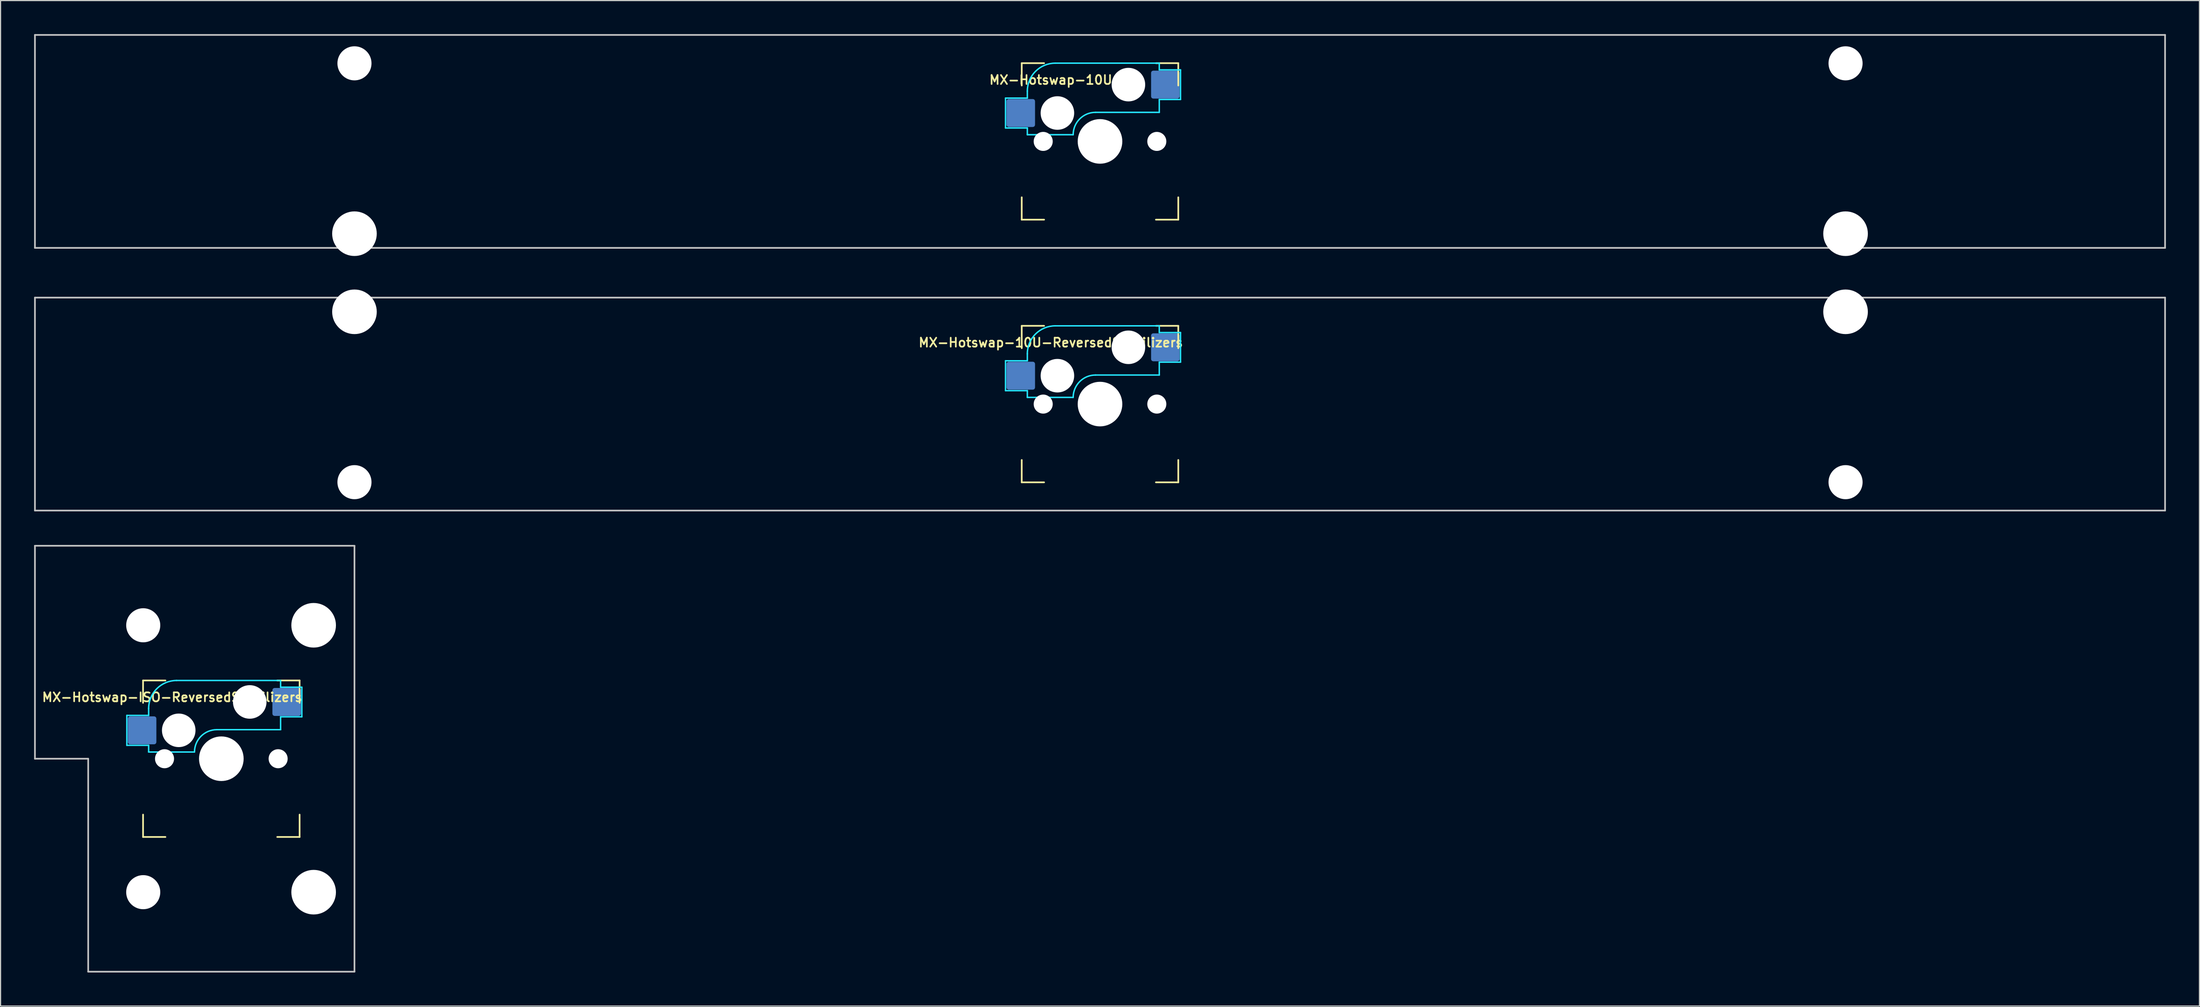
<source format=kicad_pcb>
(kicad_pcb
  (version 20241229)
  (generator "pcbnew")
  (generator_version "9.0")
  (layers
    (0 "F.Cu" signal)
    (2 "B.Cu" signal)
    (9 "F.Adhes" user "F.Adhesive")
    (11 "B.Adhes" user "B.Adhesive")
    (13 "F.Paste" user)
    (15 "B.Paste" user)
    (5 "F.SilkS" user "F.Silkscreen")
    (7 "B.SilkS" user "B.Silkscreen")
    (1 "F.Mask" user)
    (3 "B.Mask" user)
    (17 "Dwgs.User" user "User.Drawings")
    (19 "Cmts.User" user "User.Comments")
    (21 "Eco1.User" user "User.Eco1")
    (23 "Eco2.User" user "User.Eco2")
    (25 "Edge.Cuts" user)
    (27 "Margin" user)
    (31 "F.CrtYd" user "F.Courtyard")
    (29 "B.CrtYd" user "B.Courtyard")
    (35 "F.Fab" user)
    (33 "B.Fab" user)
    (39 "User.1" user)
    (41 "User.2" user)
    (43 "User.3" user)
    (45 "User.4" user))
  (footprint "MX-Hotswap-ISO-ReversedStabilizers"
    (layer "F.Cu")
    (at 16.744 64.823)
    (property "Reference" "MX-Hotswap-ISO-ReversedStabilizers" (at -4.4 -5.5 0) (layer "F.SilkS") (effects (font (size 0.8 0.8) (thickness 0.15))))
    (attr smd)
    (fp_line (start -7 -7) (end -7 -5) (stroke (width 0.15) (type solid)) (layer "F.SilkS"))
    (fp_line (start -7 5) (end -7 7) (stroke (width 0.15) (type solid)) (layer "F.SilkS"))
    (fp_line (start -7 7) (end -5 7) (stroke (width 0.15) (type solid)) (layer "F.SilkS"))
    (fp_line (start -5 -7) (end -7 -7) (stroke (width 0.15) (type solid)) (layer "F.SilkS"))
    (fp_line (start 5 -7) (end 7 -7) (stroke (width 0.15) (type solid)) (layer "F.SilkS"))
    (fp_line (start 5 7) (end 7 7) (stroke (width 0.15) (type solid)) (layer "F.SilkS"))
    (fp_line (start 7 -7) (end 7 -5) (stroke (width 0.15) (type solid)) (layer "F.SilkS"))
    (fp_line (start 7 7) (end 7 5) (stroke (width 0.15) (type solid)) (layer "F.SilkS"))
    (fp_line (start -16.669 -19.05) (end -16.669 0) (stroke (width 0.15) (type solid)) (layer "Dwgs.User"))
    (fp_line (start -16.669 -19.05) (end 11.906 -19.05) (stroke (width 0.15) (type solid)) (layer "Dwgs.User"))
    (fp_line (start -11.906 0) (end -16.669 0) (stroke (width 0.15) (type solid)) (layer "Dwgs.User"))
    (fp_line (start -11.906 19.05) (end -11.906 0) (stroke (width 0.15) (type solid)) (layer "Dwgs.User"))
    (fp_line (start -11.906 19.05) (end 11.906 19.05) (stroke (width 0.15) (type solid)) (layer "Dwgs.User"))
    (fp_line (start 11.906 -19.05) (end 11.906 19.05) (stroke (width 0.15) (type solid)) (layer "Dwgs.User"))
    (fp_line (start -8.45 -3.875) (end -8.45 -1.2) (stroke (width 0.127) (type solid)) (layer "B.CrtYd"))
    (fp_line (start -8.45 -1.2) (end -6.5 -1.2) (stroke (width 0.127) (type solid)) (layer "B.CrtYd"))
    (fp_line (start -6.5 -4.5) (end -6.5 -3.875) (stroke (width 0.127) (type solid)) (layer "B.CrtYd"))
    (fp_line (start -6.5 -3.875) (end -8.45 -3.875) (stroke (width 0.127) (type solid)) (layer "B.CrtYd"))
    (fp_line (start -6.5 -0.6) (end -6.5 -1.2) (stroke (width 0.127) (type solid)) (layer "B.CrtYd"))
    (fp_line (start -6.5 -0.6) (end -2.4 -0.6) (stroke (width 0.127) (type solid)) (layer "B.CrtYd"))
    (fp_line (start -0.4 -2.6) (end 5.3 -2.6) (stroke (width 0.127) (type solid)) (layer "B.CrtYd"))
    (fp_line (start 5.3 -7) (end -4 -7) (stroke (width 0.127) (type solid)) (layer "B.CrtYd"))
    (fp_line (start 5.3 -7) (end 5.3 -6.4) (stroke (width 0.127) (type solid)) (layer "B.CrtYd"))
    (fp_line (start 5.3 -6.4) (end 7.2 -6.4) (stroke (width 0.127) (type solid)) (layer "B.CrtYd"))
    (fp_line (start 5.3 -2.6) (end 5.3 -3.75) (stroke (width 0.127) (type solid)) (layer "B.CrtYd"))
    (fp_line (start 7.2 -6.4) (end 7.2 -3.75) (stroke (width 0.127) (type solid)) (layer "B.CrtYd"))
    (fp_line (start 7.2 -3.75) (end 5.3 -3.75) (stroke (width 0.127) (type solid)) (layer "B.CrtYd"))
    (fp_arc (start -6.5 -4.5) (mid -5.767767 -6.267767) (end -4 -7) (stroke (width 0.127) (type solid)) (layer "B.CrtYd"))
    (fp_arc (start -2.4 -0.6) (mid -1.814214 -2.014214) (end -0.4 -2.6) (stroke (width 0.127) (type solid)) (layer "B.CrtYd"))
    (pad "" np_thru_hole circle (at -6.985 -11.938) (size 3.048 3.048) (drill 3.048) (layers "*.Cu" "*.Mask"))
    (pad "" np_thru_hole circle (at -6.985 11.938) (size 3.048 3.048) (drill 3.048) (layers "*.Cu" "*.Mask"))
    (pad "" np_thru_hole circle (at -5.08 0 48.099) (size 1.702 1.702) (drill 1.702) (layers "*.Cu" "*.Mask"))
    (pad "" np_thru_hole circle (at -3.81 -2.54) (size 3 3) (drill 3) (layers "*.Cu" "*.Mask"))
    (pad "" np_thru_hole circle (at 0 0) (size 3.988 3.988) (drill 3.988) (layers "*.Cu" "*.Mask"))
    (pad "" np_thru_hole circle (at 2.54 -5.08) (size 3 3) (drill 3) (layers "*.Cu" "*.Mask"))
    (pad "" np_thru_hole circle (at 5.08 0 48.099) (size 1.702 1.702) (drill 1.702) (layers "*.Cu" "*.Mask"))
    (pad "" np_thru_hole circle (at 8.255 -11.938) (size 3.988 3.988) (drill 3.988) (layers "*.Cu" "*.Mask"))
    (pad "" np_thru_hole circle (at 8.255 11.938) (size 3.988 3.988) (drill 3.988) (layers "*.Cu" "*.Mask"))
    (pad "1" smd roundrect (at -7.085 -2.54) (size 2.55 2.5) (layers "B.Cu" "B.Mask" "B.Paste") (roundrect_rratio 0.08))
    (pad "2" smd roundrect (at 5.842 -5.08) (size 2.55 2.5) (layers "B.Cu" "B.Mask" "B.Paste") (roundrect_rratio 0.08)))
  (footprint "MX-Hotswap-10U"
    (layer "F.Cu")
    (at 95.325 9.6)
    (property "Reference" "MX-Hotswap-10U" (at -4.4 -5.5 0) (layer "F.SilkS") (effects (font (size 0.8 0.8) (thickness 0.15))))
    (attr smd)
    (fp_line (start -7 -7) (end -7 -5) (stroke (width 0.15) (type solid)) (layer "F.SilkS"))
    (fp_line (start -7 5) (end -7 7) (stroke (width 0.15) (type solid)) (layer "F.SilkS"))
    (fp_line (start -7 7) (end -5 7) (stroke (width 0.15) (type solid)) (layer "F.SilkS"))
    (fp_line (start -5 -7) (end -7 -7) (stroke (width 0.15) (type solid)) (layer "F.SilkS"))
    (fp_line (start 5 -7) (end 7 -7) (stroke (width 0.15) (type solid)) (layer "F.SilkS"))
    (fp_line (start 5 7) (end 7 7) (stroke (width 0.15) (type solid)) (layer "F.SilkS"))
    (fp_line (start 7 -7) (end 7 -5) (stroke (width 0.15) (type solid)) (layer "F.SilkS"))
    (fp_line (start 7 7) (end 7 5) (stroke (width 0.15) (type solid)) (layer "F.SilkS"))
    (fp_line (start -95.25 9.525) (end -95.25 -9.525) (stroke (width 0.15) (type solid)) (layer "Dwgs.User"))
    (fp_line (start 95.25 -9.525) (end -95.25 -9.525) (stroke (width 0.15) (type solid)) (layer "Dwgs.User"))
    (fp_line (start 95.25 9.525) (end -95.25 9.525) (stroke (width 0.15) (type solid)) (layer "Dwgs.User"))
    (fp_line (start 95.25 9.525) (end 95.25 -9.525) (stroke (width 0.15) (type solid)) (layer "Dwgs.User"))
    (fp_line (start -8.45 -3.875) (end -8.45 -1.2) (stroke (width 0.127) (type solid)) (layer "B.CrtYd"))
    (fp_line (start -8.45 -1.2) (end -6.5 -1.2) (stroke (width 0.127) (type solid)) (layer "B.CrtYd"))
    (fp_line (start -6.5 -4.5) (end -6.5 -3.875) (stroke (width 0.127) (type solid)) (layer "B.CrtYd"))
    (fp_line (start -6.5 -3.875) (end -8.45 -3.875) (stroke (width 0.127) (type solid)) (layer "B.CrtYd"))
    (fp_line (start -6.5 -0.6) (end -6.5 -1.2) (stroke (width 0.127) (type solid)) (layer "B.CrtYd"))
    (fp_line (start -6.5 -0.6) (end -2.4 -0.6) (stroke (width 0.127) (type solid)) (layer "B.CrtYd"))
    (fp_line (start -0.4 -2.6) (end 5.3 -2.6) (stroke (width 0.127) (type solid)) (layer "B.CrtYd"))
    (fp_line (start 5.3 -7) (end -4 -7) (stroke (width 0.127) (type solid)) (layer "B.CrtYd"))
    (fp_line (start 5.3 -7) (end 5.3 -6.4) (stroke (width 0.127) (type solid)) (layer "B.CrtYd"))
    (fp_line (start 5.3 -6.4) (end 7.2 -6.4) (stroke (width 0.127) (type solid)) (layer "B.CrtYd"))
    (fp_line (start 5.3 -2.6) (end 5.3 -3.75) (stroke (width 0.127) (type solid)) (layer "B.CrtYd"))
    (fp_line (start 7.2 -6.4) (end 7.2 -3.75) (stroke (width 0.127) (type solid)) (layer "B.CrtYd"))
    (fp_line (start 7.2 -3.75) (end 5.3 -3.75) (stroke (width 0.127) (type solid)) (layer "B.CrtYd"))
    (fp_arc (start -6.5 -4.5) (mid -5.767767 -6.267767) (end -4 -7) (stroke (width 0.127) (type solid)) (layer "B.CrtYd"))
    (fp_arc (start -2.4 -0.6) (mid -1.814214 -2.014214) (end -0.4 -2.6) (stroke (width 0.127) (type solid)) (layer "B.CrtYd"))
    (pad "" np_thru_hole circle (at -66.675 -6.985) (size 3.048 3.048) (drill 3.048) (layers "*.Cu" "*.Mask"))
    (pad "" np_thru_hole circle (at -66.675 8.255) (size 3.988 3.988) (drill 3.988) (layers "*.Cu" "*.Mask"))
    (pad "" np_thru_hole circle (at -5.08 0 48.099) (size 1.702 1.702) (drill 1.702) (layers "*.Cu" "*.Mask"))
    (pad "" np_thru_hole circle (at -3.81 -2.54) (size 3 3) (drill 3) (layers "*.Cu" "*.Mask"))
    (pad "" np_thru_hole circle (at 0 0) (size 3.988 3.988) (drill 3.988) (layers "*.Cu" "*.Mask"))
    (pad "" np_thru_hole circle (at 2.54 -5.08) (size 3 3) (drill 3) (layers "*.Cu" "*.Mask"))
    (pad "" np_thru_hole circle (at 5.08 0 48.099) (size 1.702 1.702) (drill 1.702) (layers "*.Cu" "*.Mask"))
    (pad "" np_thru_hole circle (at 66.675 -6.985) (size 3.048 3.048) (drill 3.048) (layers "*.Cu" "*.Mask"))
    (pad "" np_thru_hole circle (at 66.675 8.255) (size 3.988 3.988) (drill 3.988) (layers "*.Cu" "*.Mask"))
    (pad "1" smd roundrect (at -7.085 -2.54) (size 2.55 2.5) (layers "B.Cu" "B.Mask" "B.Paste") (roundrect_rratio 0.08))
    (pad "2" smd roundrect (at 5.842 -5.08) (size 2.55 2.5) (layers "B.Cu" "B.Mask" "B.Paste") (roundrect_rratio 0.08)))
  (footprint "MX-Hotswap-10U-ReversedStabilizers"
    (layer "F.Cu")
    (at 95.325 33.098)
    (property "Reference" "MX-Hotswap-10U-ReversedStabilizers" (at -4.4 -5.5 0) (layer "F.SilkS") (effects (font (size 0.8 0.8) (thickness 0.15))))
    (attr smd)
    (fp_line (start -7 -7) (end -7 -5) (stroke (width 0.15) (type solid)) (layer "F.SilkS"))
    (fp_line (start -7 5) (end -7 7) (stroke (width 0.15) (type solid)) (layer "F.SilkS"))
    (fp_line (start -7 7) (end -5 7) (stroke (width 0.15) (type solid)) (layer "F.SilkS"))
    (fp_line (start -5 -7) (end -7 -7) (stroke (width 0.15) (type solid)) (layer "F.SilkS"))
    (fp_line (start 5 -7) (end 7 -7) (stroke (width 0.15) (type solid)) (layer "F.SilkS"))
    (fp_line (start 5 7) (end 7 7) (stroke (width 0.15) (type solid)) (layer "F.SilkS"))
    (fp_line (start 7 -7) (end 7 -5) (stroke (width 0.15) (type solid)) (layer "F.SilkS"))
    (fp_line (start 7 7) (end 7 5) (stroke (width 0.15) (type solid)) (layer "F.SilkS"))
    (fp_line (start -95.25 9.525) (end -95.25 -9.525) (stroke (width 0.15) (type solid)) (layer "Dwgs.User"))
    (fp_line (start 95.25 -9.525) (end -95.25 -9.525) (stroke (width 0.15) (type solid)) (layer "Dwgs.User"))
    (fp_line (start 95.25 9.525) (end -95.25 9.525) (stroke (width 0.15) (type solid)) (layer "Dwgs.User"))
    (fp_line (start 95.25 9.525) (end 95.25 -9.525) (stroke (width 0.15) (type solid)) (layer "Dwgs.User"))
    (fp_line (start -8.45 -3.875) (end -8.45 -1.2) (stroke (width 0.127) (type solid)) (layer "B.CrtYd"))
    (fp_line (start -8.45 -1.2) (end -6.5 -1.2) (stroke (width 0.127) (type solid)) (layer "B.CrtYd"))
    (fp_line (start -6.5 -4.5) (end -6.5 -3.875) (stroke (width 0.127) (type solid)) (layer "B.CrtYd"))
    (fp_line (start -6.5 -3.875) (end -8.45 -3.875) (stroke (width 0.127) (type solid)) (layer "B.CrtYd"))
    (fp_line (start -6.5 -0.6) (end -6.5 -1.2) (stroke (width 0.127) (type solid)) (layer "B.CrtYd"))
    (fp_line (start -6.5 -0.6) (end -2.4 -0.6) (stroke (width 0.127) (type solid)) (layer "B.CrtYd"))
    (fp_line (start -0.4 -2.6) (end 5.3 -2.6) (stroke (width 0.127) (type solid)) (layer "B.CrtYd"))
    (fp_line (start 5.3 -7) (end -4 -7) (stroke (width 0.127) (type solid)) (layer "B.CrtYd"))
    (fp_line (start 5.3 -7) (end 5.3 -6.4) (stroke (width 0.127) (type solid)) (layer "B.CrtYd"))
    (fp_line (start 5.3 -6.4) (end 7.2 -6.4) (stroke (width 0.127) (type solid)) (layer "B.CrtYd"))
    (fp_line (start 5.3 -2.6) (end 5.3 -3.75) (stroke (width 0.127) (type solid)) (layer "B.CrtYd"))
    (fp_line (start 7.2 -6.4) (end 7.2 -3.75) (stroke (width 0.127) (type solid)) (layer "B.CrtYd"))
    (fp_line (start 7.2 -3.75) (end 5.3 -3.75) (stroke (width 0.127) (type solid)) (layer "B.CrtYd"))
    (fp_arc (start -6.5 -4.5) (mid -5.767767 -6.267767) (end -4 -7) (stroke (width 0.127) (type solid)) (layer "B.CrtYd"))
    (fp_arc (start -2.4 -0.6) (mid -1.814214 -2.014214) (end -0.4 -2.6) (stroke (width 0.127) (type solid)) (layer "B.CrtYd"))
    (pad "" np_thru_hole circle (at -66.675 -8.255) (size 3.988 3.988) (drill 3.988) (layers "*.Cu" "*.Mask"))
    (pad "" np_thru_hole circle (at -66.675 6.985) (size 3.048 3.048) (drill 3.048) (layers "*.Cu" "*.Mask"))
    (pad "" np_thru_hole circle (at -5.08 0 48.099) (size 1.702 1.702) (drill 1.702) (layers "*.Cu" "*.Mask"))
    (pad "" np_thru_hole circle (at -3.81 -2.54) (size 3 3) (drill 3) (layers "*.Cu" "*.Mask"))
    (pad "" np_thru_hole circle (at 0 0) (size 3.988 3.988) (drill 3.988) (layers "*.Cu" "*.Mask"))
    (pad "" np_thru_hole circle (at 2.54 -5.08) (size 3 3) (drill 3) (layers "*.Cu" "*.Mask"))
    (pad "" np_thru_hole circle (at 5.08 0 48.099) (size 1.702 1.702) (drill 1.702) (layers "*.Cu" "*.Mask"))
    (pad "" np_thru_hole circle (at 66.675 -8.255) (size 3.988 3.988) (drill 3.988) (layers "*.Cu" "*.Mask"))
    (pad "" np_thru_hole circle (at 66.675 6.985) (size 3.048 3.048) (drill 3.048) (layers "*.Cu" "*.Mask"))
    (pad "1" smd roundrect (at -7.085 -2.54) (size 2.55 2.5) (layers "B.Cu" "B.Mask" "B.Paste") (roundrect_rratio 0.08))
    (pad "2" smd roundrect (at 5.842 -5.08) (size 2.55 2.5) (layers "B.Cu" "B.Mask" "B.Paste") (roundrect_rratio 0.08)))
  (gr_rect
    (start -3 -3)
    (end 193.65 86.948)
    (stroke (width 0.1) (type default))
    (fill no)
    (layer "Edge.Cuts")))
</source>
